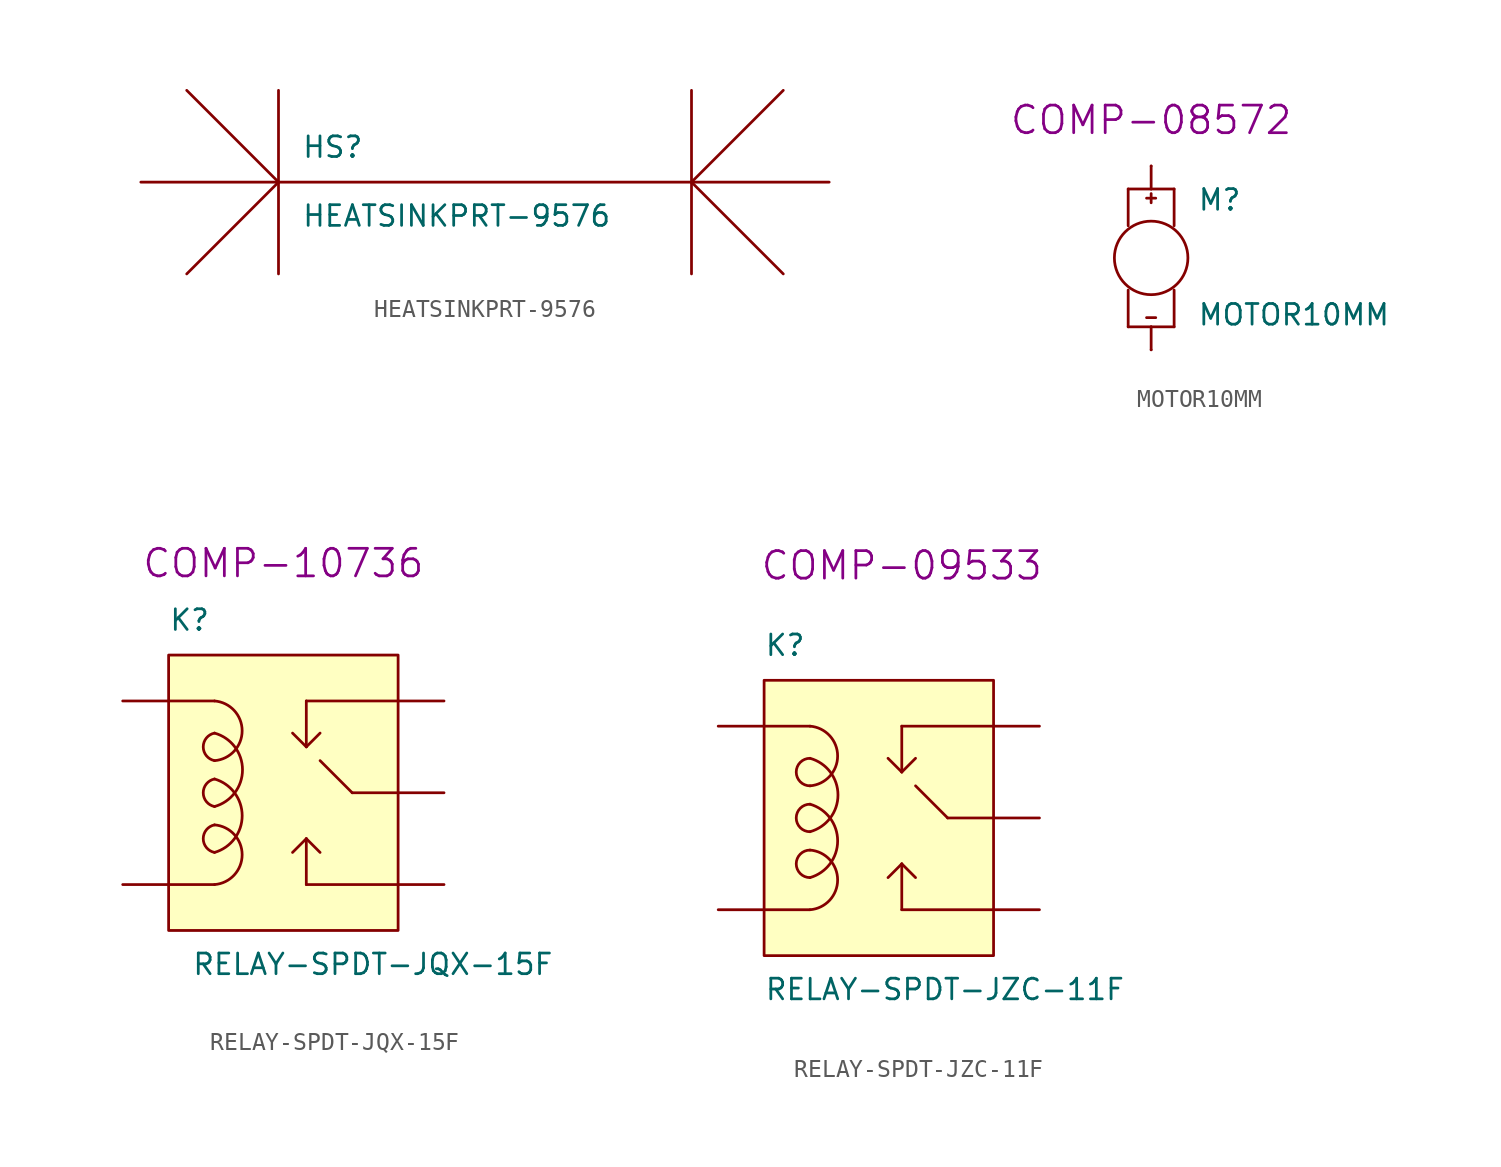
<source format=kicad_sym>
(kicad_symbol_lib
  (version 20201005)
  (generator kicad_symbol_editor)
  (symbol "HEATSINKPRT-9576"
    (pin_numbers hide)
    (pin_names
      (offset 1.016) hide)
    (property "Reference" "HS"
      (at -11.43 1.27 0)
      (effects (font (size 1.143 1.143)) (justify left bottom)))
    (property "Value" "HEATSINKPRT-9576"
      (at -11.43 -2.54 0)
      (effects (font (size 1.143 1.143)) (justify left bottom)))
    (property "ki_locked" ""
      (at 0 0 0)
      (effects (font (size 1.27 1.27))))
    (symbol "HEATSINKPRT-9576_1_0"
      (polyline (pts (xy -12.7 -5.08) (xy -12.7 0)) (stroke (width 0)) (fill (type none)))
      (polyline (pts (xy -12.7 0) (xy -20.32 0)) (stroke (width 0)) (fill (type none)))
      (polyline (pts (xy -12.7 0) (xy -17.78 -5.08)) (stroke (width 0)) (fill (type none)))
      (polyline (pts (xy -12.7 0) (xy -17.78 5.08)) (stroke (width 0)) (fill (type none)))
      (polyline (pts (xy -12.7 0) (xy -12.7 5.08)) (stroke (width 0)) (fill (type none)))
      (polyline (pts (xy 10.16 0) (xy -12.7 0)) (stroke (width 0)) (fill (type none)))
      (polyline (pts (xy 10.16 0) (xy 10.16 -5.08)) (stroke (width 0)) (fill (type none)))
      (polyline (pts (xy 10.16 0) (xy 15.24 -5.08)) (stroke (width 0)) (fill (type none)))
      (polyline (pts (xy 10.16 0) (xy 15.24 5.08)) (stroke (width 0)) (fill (type none)))
      (polyline (pts (xy 10.16 0) (xy 17.78 0)) (stroke (width 0)) (fill (type none)))
      (polyline (pts (xy 10.16 5.08) (xy 10.16 0)) (stroke (width 0)) (fill (type none)))))
  (symbol "MOTOR10MM"
    (pin_numbers hide)
    (pin_names
      (offset 1.016) hide)
    (property "Reference" "M"
      (at 2.54 2.54 0)
      (effects (font (size 1.143 1.143)) (justify left bottom)))
    (property "Value" "MOTOR10MM"
      (at 2.54 -3.81 0)
      (effects (font (size 1.143 1.143)) (justify left bottom)))
    (property "Field4" "COMP-08572"
      (at 0 7.62 0)
      (effects (font (size 1.524 1.524))))
    (property "ki_locked" ""
      (at 0 0 0)
      (effects (font (size 1.27 1.27))))
    (symbol "MOTOR10MM_1_0"
      (polyline (pts (xy -1.27 -3.81) (xy -1.27 -1.778)) (stroke (width 0)) (fill (type none)))
      (polyline (pts (xy -1.27 3.81) (xy -1.27 1.778)) (stroke (width 0)) (fill (type none)))
      (polyline (pts (xy -1.27 3.81) (xy 0 3.81)) (stroke (width 0)) (fill (type none)))
      (polyline (pts (xy 0 -5.08) (xy 0 -3.81)) (stroke (width 0)) (fill (type none)))
      (polyline (pts (xy 0 -3.81) (xy -1.27 -3.81)) (stroke (width 0)) (fill (type none)))
      (polyline (pts (xy 0 3.556) (xy 0 3.048)) (stroke (width 0)) (fill (type none)))
      (polyline (pts (xy 0 3.81) (xy 1.27 3.81)) (stroke (width 0)) (fill (type none)))
      (polyline (pts (xy 0 5.08) (xy 0 3.81)) (stroke (width 0)) (fill (type none)))
      (polyline (pts (xy 0.254 -3.302) (xy -0.254 -3.302)) (stroke (width 0)) (fill (type none)))
      (polyline (pts (xy 0.254 3.302) (xy -0.254 3.302)) (stroke (width 0)) (fill (type none)))
      (polyline (pts (xy 1.27 -3.81) (xy 0 -3.81)) (stroke (width 0)) (fill (type none)))
      (polyline (pts (xy 1.27 -3.81) (xy 1.27 -1.778)) (stroke (width 0)) (fill (type none)))
      (polyline (pts (xy 1.27 3.81) (xy 1.27 1.778)) (stroke (width 0)) (fill (type none))))
    (symbol "MOTOR10MM_1_1"
      (circle (center 0 0) (radius 2.032) (stroke (width 0)) (fill (type none)))
      (pin bidirectional line (at 0 5.08 270) (length 0) (name "+" (effects (font (size 1.016 1.016)))) (number "+" (effects (font (size 1.016 1.016)))))
      (pin bidirectional line (at 0 -5.08 270) (length 0) (name "-" (effects (font (size 1.016 1.016)))) (number "-" (effects (font (size 1.016 1.016)))))))
  (symbol "RELAY-SPDT-JQX-15F"
    (pin_numbers hide)
    (pin_names
      (offset 1.016) hide)
    (property "Reference" "K"
      (at -6.35 8.89 0)
      (effects (font (size 1.143 1.143)) (justify left bottom)))
    (property "Value" "RELAY-SPDT-JQX-15F"
      (at -5.08 -10.16 0)
      (effects (font (size 1.143 1.143)) (justify left bottom)))
    (property "Field4" "COMP-10736"
      (at 0 12.7 0)
      (effects (font (size 1.524 1.524))))
    (property "ki_locked" ""
      (at 0 0 0)
      (effects (font (size 1.27 1.27))))
    (symbol "RELAY-SPDT-JQX-15F_1_0"
      (polyline (pts (xy -6.35 -5.08) (xy -3.81 -5.08)) (stroke (width 0)) (fill (type none)))
      (polyline (pts (xy -6.35 5.08) (xy -3.81 5.08)) (stroke (width 0)) (fill (type none)))
      (polyline (pts (xy 1.27 -5.08) (xy 1.27 -2.54)) (stroke (width 0)) (fill (type none)))
      (polyline (pts (xy 1.27 -2.54) (xy 0.508 -3.302)) (stroke (width 0)) (fill (type none)))
      (polyline (pts (xy 1.27 -2.54) (xy 2.032 -3.302)) (stroke (width 0)) (fill (type none)))
      (polyline (pts (xy 1.27 2.54) (xy 0.508 3.302)) (stroke (width 0)) (fill (type none)))
      (polyline (pts (xy 1.27 2.54) (xy 2.032 3.302)) (stroke (width 0)) (fill (type none)))
      (polyline (pts (xy 1.27 5.08) (xy 1.27 2.54)) (stroke (width 0)) (fill (type none)))
      (polyline (pts (xy 3.81 0) (xy 2.032 1.778)) (stroke (width 0)) (fill (type none)))
      (polyline (pts (xy 6.35 -5.08) (xy 1.27 -5.08)) (stroke (width 0)) (fill (type none)))
      (polyline (pts (xy 6.35 0) (xy 3.81 0)) (stroke (width 0)) (fill (type none)))
      (polyline (pts (xy 6.35 5.08) (xy 1.27 5.08)) (stroke (width 0)) (fill (type none))))
    (symbol "RELAY-SPDT-JQX-15F_1_1"
      (arc (start -3.81 -3.302) (end -3.81 0.762) (radius (at -4.3942 -1.27) (length 2.1082) (angles -73.6 73.6)) (stroke (width 0)) (fill (type none)))
      (arc (start -3.81 -0.762) (end -3.81 3.302) (radius (at -4.3688 1.27) (length 2.1082) (angles -74.1 74.1)) (stroke (width 0)) (fill (type none)))
      (arc (start -3.81 -5.08) (end -3.81 -1.778) (radius (at -3.937 -3.429) (length 1.651) (angles -85.5 85.5)) (stroke (width 0)) (fill (type none)))
      (arc (start -3.81 1.778) (end -3.81 5.08) (radius (at -3.937 3.429) (length 1.651) (angles -85.5 85.5)) (stroke (width 0)) (fill (type none)))
      (arc (start -3.81 -1.778) (end -3.81 -3.302) (radius (at -3.6576 -2.54) (length 0.7874) (angles 101.3 -101.3)) (stroke (width 0)) (fill (type none)))
      (arc (start -3.81 0.762) (end -3.81 -0.762) (radius (at -3.6576 0) (length 0.7874) (angles 101.3 -101.3)) (stroke (width 0)) (fill (type none)))
      (arc (start -3.81 3.302) (end -3.81 1.778) (radius (at -3.6576 2.54) (length 0.7874) (angles 101.3 -101.3)) (stroke (width 0)) (fill (type none)))
      (polyline (pts (xy 6.35 7.62) (xy 6.35 5.08) (xy 6.35 0) (xy 6.35 -5.08) (xy 6.35 -7.62) (xy -6.35 -7.62) (xy -6.35 -5.08) (xy -6.35 5.08) (xy -6.35 7.62) (xy 6.35 7.62)) (stroke (width 0)) (fill (type background)))
      (pin bidirectional line (at 8.89 5.08 180) (length 2.54) (name "NC" (effects (font (size 1.016 1.016)))) (number "NC" (effects (font (size 1.016 1.016)))))
      (pin bidirectional line (at 8.89 -5.08 180) (length 2.54) (name "NO" (effects (font (size 1.016 1.016)))) (number "NO" (effects (font (size 1.016 1.016)))))
      (pin bidirectional line (at -8.89 5.08 0) (length 2.54) (name "COIL1" (effects (font (size 1.016 1.016)))) (number "COIL" (effects (font (size 1.016 1.016)))))
      (pin bidirectional line (at -8.89 -5.08 0) (length 2.54) (name "COIL2" (effects (font (size 1.016 1.016)))) (number "COIL" (effects (font (size 1.016 1.016)))))
      (pin bidirectional line (at 8.89 0 180) (length 2.54) (name "MAIN" (effects (font (size 1.016 1.016)))) (number "MAIN" (effects (font (size 1.016 1.016)))))))
  (symbol "RELAY-SPDT-JZC-11F"
    (pin_numbers hide)
    (pin_names
      (offset 1.016) hide)
    (property "Reference" "K"
      (at -7.62 8.89 0)
      (effects (font (size 1.143 1.143)) (justify left bottom)))
    (property "Value" "RELAY-SPDT-JZC-11F"
      (at -7.62 -10.16 0)
      (effects (font (size 1.143 1.143)) (justify left bottom)))
    (property "Field4" "COMP-09533"
      (at 0 13.97 0)
      (effects (font (size 1.524 1.524))))
    (property "ki_locked" ""
      (at 0 0 0)
      (effects (font (size 1.27 1.27))))
    (symbol "RELAY-SPDT-JZC-11F_1_0"
      (polyline (pts (xy -7.62 -5.08) (xy -5.08 -5.08)) (stroke (width 0)) (fill (type none)))
      (polyline (pts (xy -7.62 5.08) (xy -5.08 5.08)) (stroke (width 0)) (fill (type none)))
      (polyline (pts (xy 0 -5.08) (xy 0 -2.54)) (stroke (width 0)) (fill (type none)))
      (polyline (pts (xy 0 -2.54) (xy -0.762 -3.302)) (stroke (width 0)) (fill (type none)))
      (polyline (pts (xy 0 -2.54) (xy 0.762 -3.302)) (stroke (width 0)) (fill (type none)))
      (polyline (pts (xy 0 2.54) (xy -0.762 3.302)) (stroke (width 0)) (fill (type none)))
      (polyline (pts (xy 0 2.54) (xy 0.762 3.302)) (stroke (width 0)) (fill (type none)))
      (polyline (pts (xy 0 5.08) (xy 0 2.54)) (stroke (width 0)) (fill (type none)))
      (polyline (pts (xy 2.54 0) (xy 0.762 1.778)) (stroke (width 0)) (fill (type none)))
      (polyline (pts (xy 5.08 -5.08) (xy 0 -5.08)) (stroke (width 0)) (fill (type none)))
      (polyline (pts (xy 5.08 0) (xy 2.54 0)) (stroke (width 0)) (fill (type none)))
      (polyline (pts (xy 5.08 5.08) (xy 0 5.08)) (stroke (width 0)) (fill (type none))))
    (symbol "RELAY-SPDT-JZC-11F_1_1"
      (arc (start -5.08 -3.302) (end -5.08 0.762) (radius (at -5.6642 -1.27) (length 2.1082) (angles -73.6 73.6)) (stroke (width 0)) (fill (type none)))
      (arc (start -5.08 -0.762) (end -5.08 3.302) (radius (at -5.6388 1.27) (length 2.1082) (angles -74.1 74.1)) (stroke (width 0)) (fill (type none)))
      (arc (start -5.08 -5.08) (end -5.08 -1.778) (radius (at -5.207 -3.429) (length 1.651) (angles -85.5 85.5)) (stroke (width 0)) (fill (type none)))
      (arc (start -5.08 1.778) (end -5.08 5.08) (radius (at -5.207 3.429) (length 1.651) (angles -85.5 85.5)) (stroke (width 0)) (fill (type none)))
      (arc (start -5.08 -1.778) (end -5.08 -3.302) (radius (at -5.08 -2.54) (length 0.762) (angles 90.1 -90.1)) (stroke (width 0)) (fill (type none)))
      (arc (start -5.08 0.762) (end -5.08 -0.762) (radius (at -5.08 0) (length 0.762) (angles 90.1 -90.1)) (stroke (width 0)) (fill (type none)))
      (arc (start -5.08 3.302) (end -5.08 1.778) (radius (at -5.08 2.54) (length 0.762) (angles 90.1 -90.1)) (stroke (width 0)) (fill (type none)))
      (polyline (pts (xy 5.08 7.62) (xy 5.08 5.08) (xy 5.08 0) (xy 5.08 -5.08) (xy 5.08 -7.62) (xy -7.62 -7.62) (xy -7.62 -5.08) (xy -7.62 5.08) (xy -7.62 7.62) (xy 5.08 7.62)) (stroke (width 0)) (fill (type background)))
      (pin bidirectional line (at -10.16 -5.08 0) (length 2.54) (name "COIL2" (effects (font (size 1.016 1.016)))) (number "1" (effects (font (size 1.016 1.016)))))
      (pin bidirectional line (at 7.62 5.08 180) (length 2.54) (name "NC" (effects (font (size 1.016 1.016)))) (number "2" (effects (font (size 1.016 1.016)))))
      (pin bidirectional line (at 7.62 -5.08 180) (length 2.54) (name "NO" (effects (font (size 1.016 1.016)))) (number "3" (effects (font (size 1.016 1.016)))))
      (pin bidirectional line (at 7.62 0 180) (length 2.54) (name "MAIN" (effects (font (size 1.016 1.016)))) (number "4" (effects (font (size 1.016 1.016)))))
      (pin bidirectional line (at -10.16 5.08 0) (length 2.54) (name "COIL1" (effects (font (size 1.016 1.016)))) (number "5" (effects (font (size 1.016 1.016))))))))
</source>
